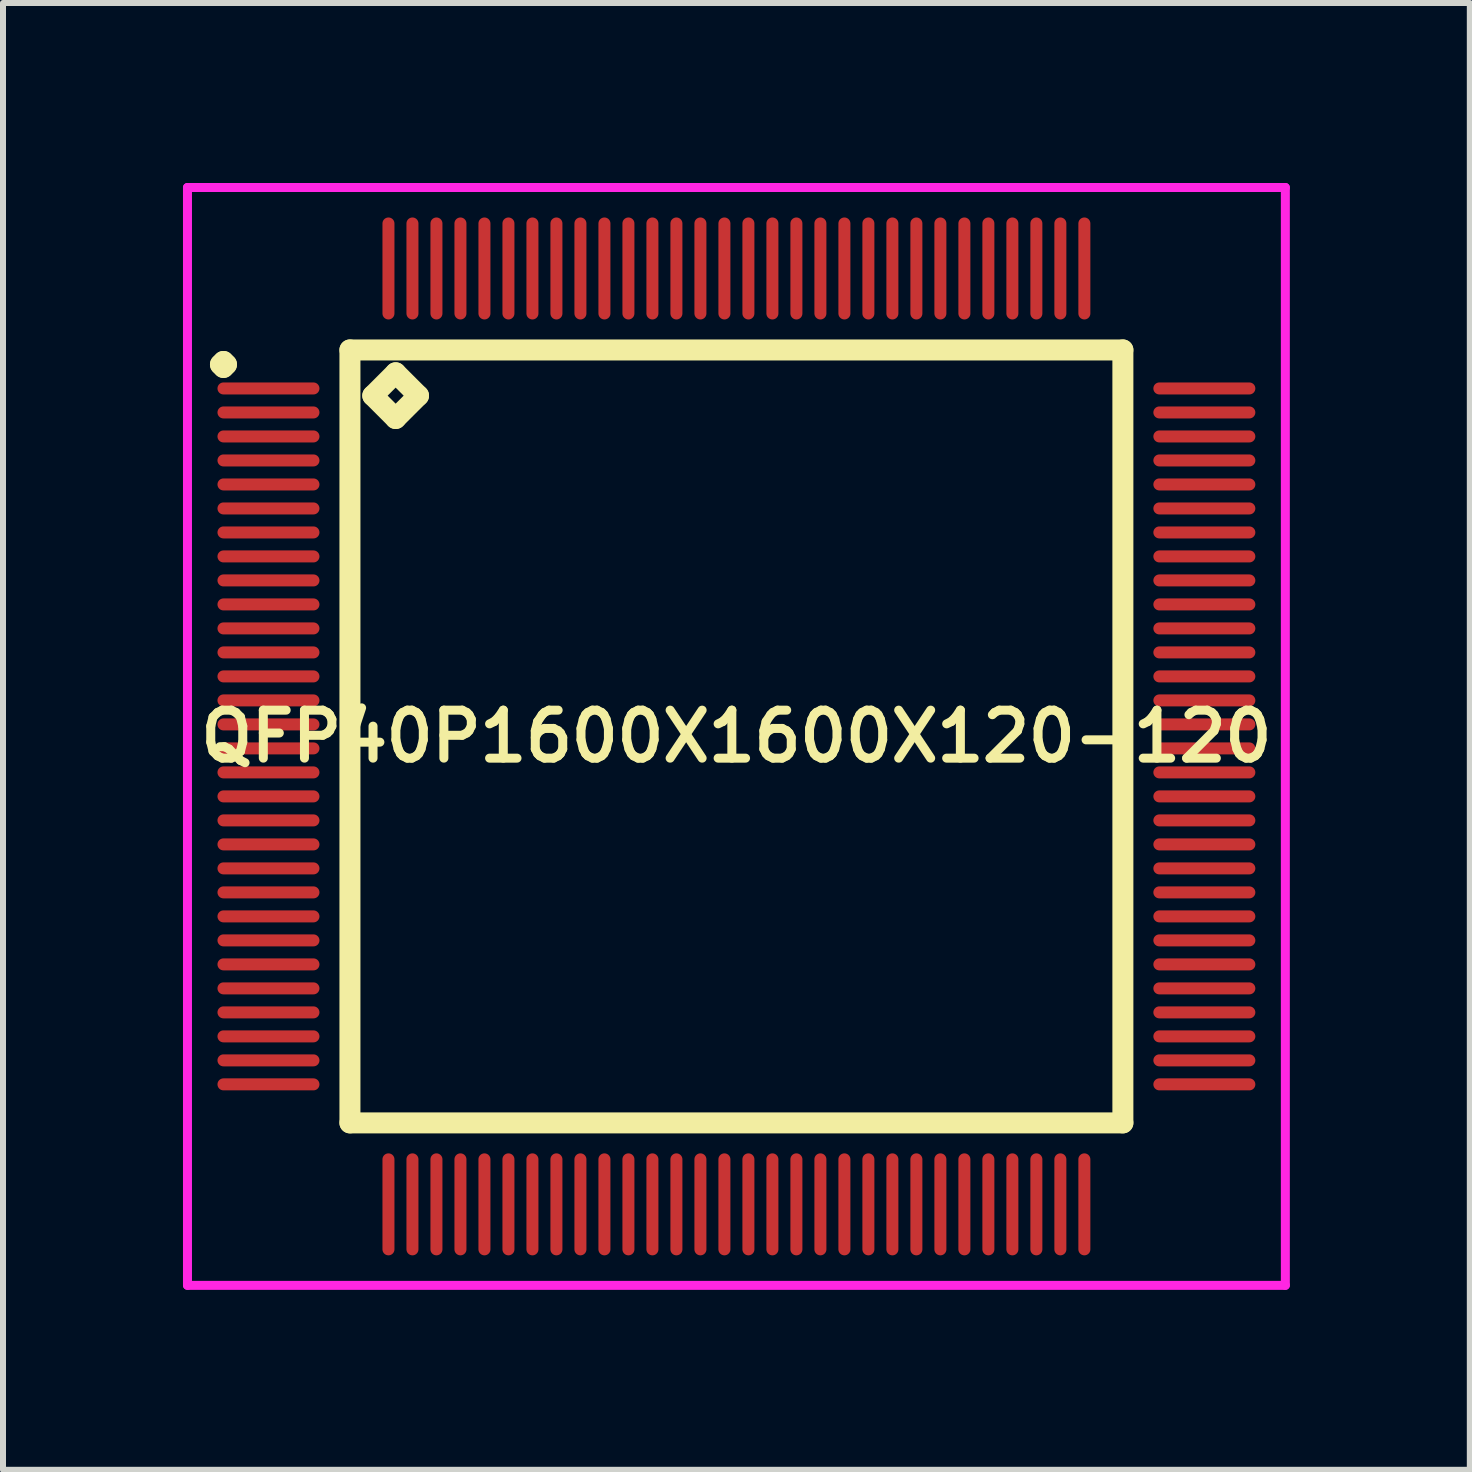
<source format=kicad_pcb>
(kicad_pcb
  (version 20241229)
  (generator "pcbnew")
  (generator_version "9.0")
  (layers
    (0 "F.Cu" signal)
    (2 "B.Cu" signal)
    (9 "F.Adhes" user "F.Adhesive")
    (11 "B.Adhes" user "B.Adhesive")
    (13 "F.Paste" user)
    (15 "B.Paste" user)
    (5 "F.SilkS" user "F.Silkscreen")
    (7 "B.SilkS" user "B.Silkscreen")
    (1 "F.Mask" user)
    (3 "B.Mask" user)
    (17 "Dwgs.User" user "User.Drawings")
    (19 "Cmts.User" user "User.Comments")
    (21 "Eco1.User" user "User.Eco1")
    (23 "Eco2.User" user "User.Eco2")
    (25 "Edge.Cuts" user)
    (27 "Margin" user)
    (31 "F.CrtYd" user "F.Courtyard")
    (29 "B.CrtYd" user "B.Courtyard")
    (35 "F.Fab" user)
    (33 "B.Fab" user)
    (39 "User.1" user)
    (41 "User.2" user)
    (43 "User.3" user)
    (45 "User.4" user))
  (footprint "QFP40P1600X1600X120-120"
    (layer "F.Cu")
    (at 9.225 9.225)
    (property "Reference" "QFP40P1600X1600X120-120" (at 0 0 0) (layer "F.SilkS") (effects (font (size 0.8 0.8) (thickness 0.15))))
    (attr smd)
    (fp_line (start -8.6 -6.2) (end -8.55 -6.25) (stroke (width 0.35) (type solid)) (layer "F.SilkS"))
    (fp_line (start -8.55 -6.25) (end -8.5 -6.2) (stroke (width 0.35) (type solid)) (layer "F.SilkS"))
    (fp_line (start -8.55 -6.15) (end -8.6 -6.2) (stroke (width 0.35) (type solid)) (layer "F.SilkS"))
    (fp_line (start -8.5 -6.2) (end -8.55 -6.15) (stroke (width 0.35) (type solid)) (layer "F.SilkS"))
    (fp_line (start -6.442 -6.442) (end -6.442 6.442) (stroke (width 0.35) (type solid)) (layer "F.SilkS"))
    (fp_line (start -6.442 6.442) (end 6.442 6.442) (stroke (width 0.35) (type solid)) (layer "F.SilkS"))
    (fp_line (start -6.061 -5.68) (end -5.68 -6.061) (stroke (width 0.35) (type solid)) (layer "F.SilkS"))
    (fp_line (start -5.68 -6.061) (end -5.299 -5.68) (stroke (width 0.35) (type solid)) (layer "F.SilkS"))
    (fp_line (start -5.68 -5.299) (end -6.061 -5.68) (stroke (width 0.35) (type solid)) (layer "F.SilkS"))
    (fp_line (start -5.299 -5.68) (end -5.68 -5.299) (stroke (width 0.35) (type solid)) (layer "F.SilkS"))
    (fp_line (start 6.442 -6.442) (end -6.442 -6.442) (stroke (width 0.35) (type solid)) (layer "F.SilkS"))
    (fp_line (start 6.442 6.442) (end 6.442 -6.442) (stroke (width 0.35) (type solid)) (layer "F.SilkS"))
    (fp_line (start -9.15 -9.15) (end 9.15 -9.15) (stroke (width 0.15) (type solid)) (layer "F.CrtYd"))
    (fp_line (start -9.15 9.15) (end -9.15 -9.15) (stroke (width 0.15) (type solid)) (layer "F.CrtYd"))
    (fp_line (start 9.15 -9.15) (end 9.15 9.15) (stroke (width 0.15) (type solid)) (layer "F.CrtYd"))
    (fp_line (start 9.15 9.15) (end -9.15 9.15) (stroke (width 0.15) (type solid)) (layer "F.CrtYd"))
    (pad "1" smd oval (at -7.8 -5.8) (size 1.7 0.2) (layers "F.Cu" "F.Mask" "F.Paste"))
    (pad "2" smd oval (at -7.8 -5.4) (size 1.7 0.2) (layers "F.Cu" "F.Mask" "F.Paste"))
    (pad "3" smd oval (at -7.8 -5) (size 1.7 0.2) (layers "F.Cu" "F.Mask" "F.Paste"))
    (pad "4" smd oval (at -7.8 -4.6) (size 1.7 0.2) (layers "F.Cu" "F.Mask" "F.Paste"))
    (pad "5" smd oval (at -7.8 -4.2) (size 1.7 0.2) (layers "F.Cu" "F.Mask" "F.Paste"))
    (pad "6" smd oval (at -7.8 -3.8) (size 1.7 0.2) (layers "F.Cu" "F.Mask" "F.Paste"))
    (pad "7" smd oval (at -7.8 -3.4) (size 1.7 0.2) (layers "F.Cu" "F.Mask" "F.Paste"))
    (pad "8" smd oval (at -7.8 -3) (size 1.7 0.2) (layers "F.Cu" "F.Mask" "F.Paste"))
    (pad "9" smd oval (at -7.8 -2.6) (size 1.7 0.2) (layers "F.Cu" "F.Mask" "F.Paste"))
    (pad "10" smd oval (at -7.8 -2.2) (size 1.7 0.2) (layers "F.Cu" "F.Mask" "F.Paste"))
    (pad "11" smd oval (at -7.8 -1.8) (size 1.7 0.2) (layers "F.Cu" "F.Mask" "F.Paste"))
    (pad "12" smd oval (at -7.8 -1.4) (size 1.7 0.2) (layers "F.Cu" "F.Mask" "F.Paste"))
    (pad "13" smd oval (at -7.8 -1) (size 1.7 0.2) (layers "F.Cu" "F.Mask" "F.Paste"))
    (pad "14" smd oval (at -7.8 -0.6) (size 1.7 0.2) (layers "F.Cu" "F.Mask" "F.Paste"))
    (pad "15" smd oval (at -7.8 -0.2) (size 1.7 0.2) (layers "F.Cu" "F.Mask" "F.Paste"))
    (pad "16" smd oval (at -7.8 0.2) (size 1.7 0.2) (layers "F.Cu" "F.Mask" "F.Paste"))
    (pad "17" smd oval (at -7.8 0.6) (size 1.7 0.2) (layers "F.Cu" "F.Mask" "F.Paste"))
    (pad "18" smd oval (at -7.8 1) (size 1.7 0.2) (layers "F.Cu" "F.Mask" "F.Paste"))
    (pad "19" smd oval (at -7.8 1.4) (size 1.7 0.2) (layers "F.Cu" "F.Mask" "F.Paste"))
    (pad "20" smd oval (at -7.8 1.8) (size 1.7 0.2) (layers "F.Cu" "F.Mask" "F.Paste"))
    (pad "21" smd oval (at -7.8 2.2) (size 1.7 0.2) (layers "F.Cu" "F.Mask" "F.Paste"))
    (pad "22" smd oval (at -7.8 2.6) (size 1.7 0.2) (layers "F.Cu" "F.Mask" "F.Paste"))
    (pad "23" smd oval (at -7.8 3) (size 1.7 0.2) (layers "F.Cu" "F.Mask" "F.Paste"))
    (pad "24" smd oval (at -7.8 3.4) (size 1.7 0.2) (layers "F.Cu" "F.Mask" "F.Paste"))
    (pad "25" smd oval (at -7.8 3.8) (size 1.7 0.2) (layers "F.Cu" "F.Mask" "F.Paste"))
    (pad "26" smd oval (at -7.8 4.2) (size 1.7 0.2) (layers "F.Cu" "F.Mask" "F.Paste"))
    (pad "27" smd oval (at -7.8 4.6) (size 1.7 0.2) (layers "F.Cu" "F.Mask" "F.Paste"))
    (pad "28" smd oval (at -7.8 5) (size 1.7 0.2) (layers "F.Cu" "F.Mask" "F.Paste"))
    (pad "29" smd oval (at -7.8 5.4) (size 1.7 0.2) (layers "F.Cu" "F.Mask" "F.Paste"))
    (pad "30" smd oval (at -7.8 5.8) (size 1.7 0.2) (layers "F.Cu" "F.Mask" "F.Paste"))
    (pad "31" smd oval (at -5.8 7.8) (size 0.2 1.7) (layers "F.Cu" "F.Mask" "F.Paste"))
    (pad "32" smd oval (at -5.4 7.8) (size 0.2 1.7) (layers "F.Cu" "F.Mask" "F.Paste"))
    (pad "33" smd oval (at -5 7.8) (size 0.2 1.7) (layers "F.Cu" "F.Mask" "F.Paste"))
    (pad "34" smd oval (at -4.6 7.8) (size 0.2 1.7) (layers "F.Cu" "F.Mask" "F.Paste"))
    (pad "35" smd oval (at -4.2 7.8) (size 0.2 1.7) (layers "F.Cu" "F.Mask" "F.Paste"))
    (pad "36" smd oval (at -3.8 7.8) (size 0.2 1.7) (layers "F.Cu" "F.Mask" "F.Paste"))
    (pad "37" smd oval (at -3.4 7.8) (size 0.2 1.7) (layers "F.Cu" "F.Mask" "F.Paste"))
    (pad "38" smd oval (at -3 7.8) (size 0.2 1.7) (layers "F.Cu" "F.Mask" "F.Paste"))
    (pad "39" smd oval (at -2.6 7.8) (size 0.2 1.7) (layers "F.Cu" "F.Mask" "F.Paste"))
    (pad "40" smd oval (at -2.2 7.8) (size 0.2 1.7) (layers "F.Cu" "F.Mask" "F.Paste"))
    (pad "41" smd oval (at -1.8 7.8) (size 0.2 1.7) (layers "F.Cu" "F.Mask" "F.Paste"))
    (pad "42" smd oval (at -1.4 7.8) (size 0.2 1.7) (layers "F.Cu" "F.Mask" "F.Paste"))
    (pad "43" smd oval (at -1 7.8) (size 0.2 1.7) (layers "F.Cu" "F.Mask" "F.Paste"))
    (pad "44" smd oval (at -0.6 7.8) (size 0.2 1.7) (layers "F.Cu" "F.Mask" "F.Paste"))
    (pad "45" smd oval (at -0.2 7.8) (size 0.2 1.7) (layers "F.Cu" "F.Mask" "F.Paste"))
    (pad "46" smd oval (at 0.2 7.8) (size 0.2 1.7) (layers "F.Cu" "F.Mask" "F.Paste"))
    (pad "47" smd oval (at 0.6 7.8) (size 0.2 1.7) (layers "F.Cu" "F.Mask" "F.Paste"))
    (pad "48" smd oval (at 1 7.8) (size 0.2 1.7) (layers "F.Cu" "F.Mask" "F.Paste"))
    (pad "49" smd oval (at 1.4 7.8) (size 0.2 1.7) (layers "F.Cu" "F.Mask" "F.Paste"))
    (pad "50" smd oval (at 1.8 7.8) (size 0.2 1.7) (layers "F.Cu" "F.Mask" "F.Paste"))
    (pad "51" smd oval (at 2.2 7.8) (size 0.2 1.7) (layers "F.Cu" "F.Mask" "F.Paste"))
    (pad "52" smd oval (at 2.6 7.8) (size 0.2 1.7) (layers "F.Cu" "F.Mask" "F.Paste"))
    (pad "53" smd oval (at 3 7.8) (size 0.2 1.7) (layers "F.Cu" "F.Mask" "F.Paste"))
    (pad "54" smd oval (at 3.4 7.8) (size 0.2 1.7) (layers "F.Cu" "F.Mask" "F.Paste"))
    (pad "55" smd oval (at 3.8 7.8) (size 0.2 1.7) (layers "F.Cu" "F.Mask" "F.Paste"))
    (pad "56" smd oval (at 4.2 7.8) (size 0.2 1.7) (layers "F.Cu" "F.Mask" "F.Paste"))
    (pad "57" smd oval (at 4.6 7.8) (size 0.2 1.7) (layers "F.Cu" "F.Mask" "F.Paste"))
    (pad "58" smd oval (at 5 7.8) (size 0.2 1.7) (layers "F.Cu" "F.Mask" "F.Paste"))
    (pad "59" smd oval (at 5.4 7.8) (size 0.2 1.7) (layers "F.Cu" "F.Mask" "F.Paste"))
    (pad "60" smd oval (at 5.8 7.8) (size 0.2 1.7) (layers "F.Cu" "F.Mask" "F.Paste"))
    (pad "61" smd oval (at 7.8 5.8) (size 1.7 0.2) (layers "F.Cu" "F.Mask" "F.Paste"))
    (pad "62" smd oval (at 7.8 5.4) (size 1.7 0.2) (layers "F.Cu" "F.Mask" "F.Paste"))
    (pad "63" smd oval (at 7.8 5) (size 1.7 0.2) (layers "F.Cu" "F.Mask" "F.Paste"))
    (pad "64" smd oval (at 7.8 4.6) (size 1.7 0.2) (layers "F.Cu" "F.Mask" "F.Paste"))
    (pad "65" smd oval (at 7.8 4.2) (size 1.7 0.2) (layers "F.Cu" "F.Mask" "F.Paste"))
    (pad "66" smd oval (at 7.8 3.8) (size 1.7 0.2) (layers "F.Cu" "F.Mask" "F.Paste"))
    (pad "67" smd oval (at 7.8 3.4) (size 1.7 0.2) (layers "F.Cu" "F.Mask" "F.Paste"))
    (pad "68" smd oval (at 7.8 3) (size 1.7 0.2) (layers "F.Cu" "F.Mask" "F.Paste"))
    (pad "69" smd oval (at 7.8 2.6) (size 1.7 0.2) (layers "F.Cu" "F.Mask" "F.Paste"))
    (pad "70" smd oval (at 7.8 2.2) (size 1.7 0.2) (layers "F.Cu" "F.Mask" "F.Paste"))
    (pad "71" smd oval (at 7.8 1.8) (size 1.7 0.2) (layers "F.Cu" "F.Mask" "F.Paste"))
    (pad "72" smd oval (at 7.8 1.4) (size 1.7 0.2) (layers "F.Cu" "F.Mask" "F.Paste"))
    (pad "73" smd oval (at 7.8 1) (size 1.7 0.2) (layers "F.Cu" "F.Mask" "F.Paste"))
    (pad "74" smd oval (at 7.8 0.6) (size 1.7 0.2) (layers "F.Cu" "F.Mask" "F.Paste"))
    (pad "75" smd oval (at 7.8 0.2) (size 1.7 0.2) (layers "F.Cu" "F.Mask" "F.Paste"))
    (pad "76" smd oval (at 7.8 -0.2) (size 1.7 0.2) (layers "F.Cu" "F.Mask" "F.Paste"))
    (pad "77" smd oval (at 7.8 -0.6) (size 1.7 0.2) (layers "F.Cu" "F.Mask" "F.Paste"))
    (pad "78" smd oval (at 7.8 -1) (size 1.7 0.2) (layers "F.Cu" "F.Mask" "F.Paste"))
    (pad "79" smd oval (at 7.8 -1.4) (size 1.7 0.2) (layers "F.Cu" "F.Mask" "F.Paste"))
    (pad "80" smd oval (at 7.8 -1.8) (size 1.7 0.2) (layers "F.Cu" "F.Mask" "F.Paste"))
    (pad "81" smd oval (at 7.8 -2.2) (size 1.7 0.2) (layers "F.Cu" "F.Mask" "F.Paste"))
    (pad "82" smd oval (at 7.8 -2.6) (size 1.7 0.2) (layers "F.Cu" "F.Mask" "F.Paste"))
    (pad "83" smd oval (at 7.8 -3) (size 1.7 0.2) (layers "F.Cu" "F.Mask" "F.Paste"))
    (pad "84" smd oval (at 7.8 -3.4) (size 1.7 0.2) (layers "F.Cu" "F.Mask" "F.Paste"))
    (pad "85" smd oval (at 7.8 -3.8) (size 1.7 0.2) (layers "F.Cu" "F.Mask" "F.Paste"))
    (pad "86" smd oval (at 7.8 -4.2) (size 1.7 0.2) (layers "F.Cu" "F.Mask" "F.Paste"))
    (pad "87" smd oval (at 7.8 -4.6) (size 1.7 0.2) (layers "F.Cu" "F.Mask" "F.Paste"))
    (pad "88" smd oval (at 7.8 -5) (size 1.7 0.2) (layers "F.Cu" "F.Mask" "F.Paste"))
    (pad "89" smd oval (at 7.8 -5.4) (size 1.7 0.2) (layers "F.Cu" "F.Mask" "F.Paste"))
    (pad "90" smd oval (at 7.8 -5.8) (size 1.7 0.2) (layers "F.Cu" "F.Mask" "F.Paste"))
    (pad "91" smd oval (at 5.8 -7.8) (size 0.2 1.7) (layers "F.Cu" "F.Mask" "F.Paste"))
    (pad "92" smd oval (at 5.4 -7.8) (size 0.2 1.7) (layers "F.Cu" "F.Mask" "F.Paste"))
    (pad "93" smd oval (at 5 -7.8) (size 0.2 1.7) (layers "F.Cu" "F.Mask" "F.Paste"))
    (pad "94" smd oval (at 4.6 -7.8) (size 0.2 1.7) (layers "F.Cu" "F.Mask" "F.Paste"))
    (pad "95" smd oval (at 4.2 -7.8) (size 0.2 1.7) (layers "F.Cu" "F.Mask" "F.Paste"))
    (pad "96" smd oval (at 3.8 -7.8) (size 0.2 1.7) (layers "F.Cu" "F.Mask" "F.Paste"))
    (pad "97" smd oval (at 3.4 -7.8) (size 0.2 1.7) (layers "F.Cu" "F.Mask" "F.Paste"))
    (pad "98" smd oval (at 3 -7.8) (size 0.2 1.7) (layers "F.Cu" "F.Mask" "F.Paste"))
    (pad "99" smd oval (at 2.6 -7.8) (size 0.2 1.7) (layers "F.Cu" "F.Mask" "F.Paste"))
    (pad "100" smd oval (at 2.2 -7.8) (size 0.2 1.7) (layers "F.Cu" "F.Mask" "F.Paste"))
    (pad "101" smd oval (at 1.8 -7.8) (size 0.2 1.7) (layers "F.Cu" "F.Mask" "F.Paste"))
    (pad "102" smd oval (at 1.4 -7.8) (size 0.2 1.7) (layers "F.Cu" "F.Mask" "F.Paste"))
    (pad "103" smd oval (at 1 -7.8) (size 0.2 1.7) (layers "F.Cu" "F.Mask" "F.Paste"))
    (pad "104" smd oval (at 0.6 -7.8) (size 0.2 1.7) (layers "F.Cu" "F.Mask" "F.Paste"))
    (pad "105" smd oval (at 0.2 -7.8) (size 0.2 1.7) (layers "F.Cu" "F.Mask" "F.Paste"))
    (pad "106" smd oval (at -0.2 -7.8) (size 0.2 1.7) (layers "F.Cu" "F.Mask" "F.Paste"))
    (pad "107" smd oval (at -0.6 -7.8) (size 0.2 1.7) (layers "F.Cu" "F.Mask" "F.Paste"))
    (pad "108" smd oval (at -1 -7.8) (size 0.2 1.7) (layers "F.Cu" "F.Mask" "F.Paste"))
    (pad "109" smd oval (at -1.4 -7.8) (size 0.2 1.7) (layers "F.Cu" "F.Mask" "F.Paste"))
    (pad "110" smd oval (at -1.8 -7.8) (size 0.2 1.7) (layers "F.Cu" "F.Mask" "F.Paste"))
    (pad "111" smd oval (at -2.2 -7.8) (size 0.2 1.7) (layers "F.Cu" "F.Mask" "F.Paste"))
    (pad "112" smd oval (at -2.6 -7.8) (size 0.2 1.7) (layers "F.Cu" "F.Mask" "F.Paste"))
    (pad "113" smd oval (at -3 -7.8) (size 0.2 1.7) (layers "F.Cu" "F.Mask" "F.Paste"))
    (pad "114" smd oval (at -3.4 -7.8) (size 0.2 1.7) (layers "F.Cu" "F.Mask" "F.Paste"))
    (pad "115" smd oval (at -3.8 -7.8) (size 0.2 1.7) (layers "F.Cu" "F.Mask" "F.Paste"))
    (pad "116" smd oval (at -4.2 -7.8) (size 0.2 1.7) (layers "F.Cu" "F.Mask" "F.Paste"))
    (pad "117" smd oval (at -4.6 -7.8) (size 0.2 1.7) (layers "F.Cu" "F.Mask" "F.Paste"))
    (pad "118" smd oval (at -5 -7.8) (size 0.2 1.7) (layers "F.Cu" "F.Mask" "F.Paste"))
    (pad "119" smd oval (at -5.4 -7.8) (size 0.2 1.7) (layers "F.Cu" "F.Mask" "F.Paste"))
    (pad "120" smd oval (at -5.8 -7.8) (size 0.2 1.7) (layers "F.Cu" "F.Mask" "F.Paste")))
  (gr_rect
    (start -3 -3)
    (end 21.45 21.45)
    (stroke (width 0.1) (type default))
    (fill no)
    (layer "Edge.Cuts")))
</source>
